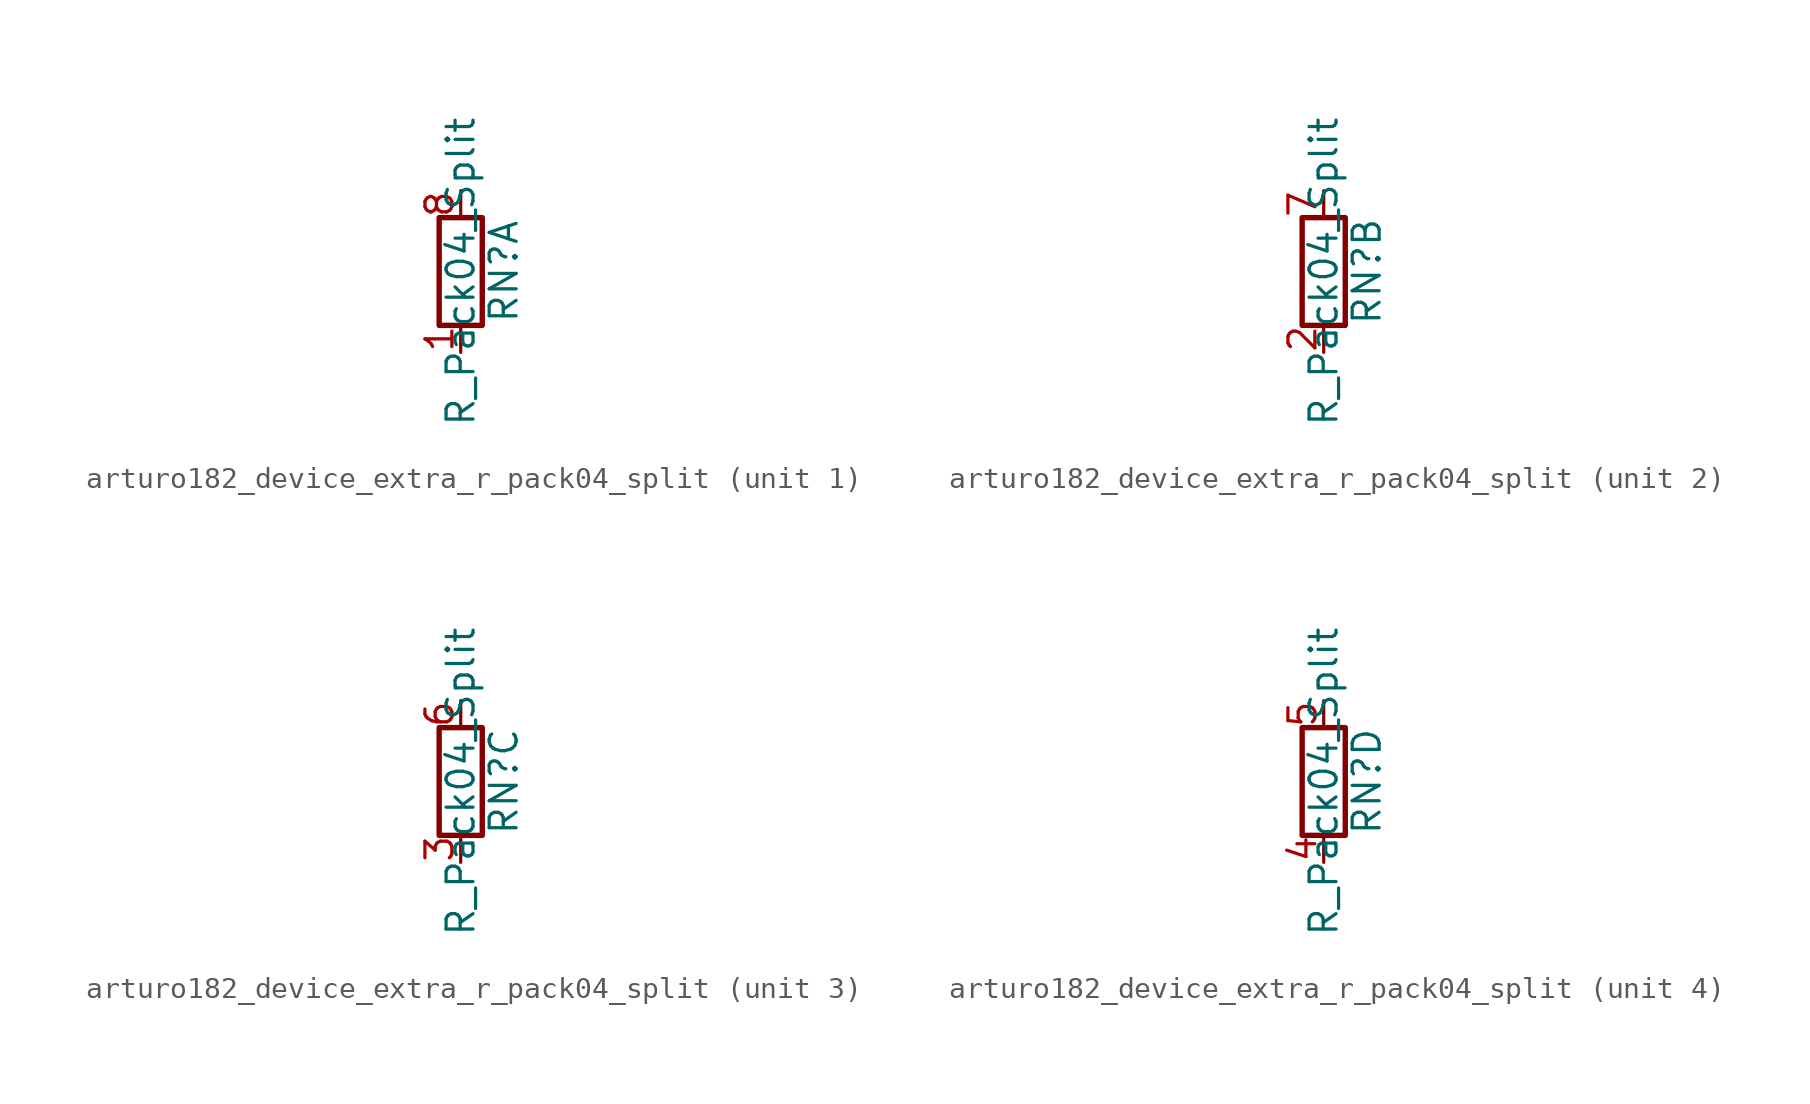
<source format=kicad_sym>
(kicad_symbol_lib
  (version 20220914)
  (generator kicad_symbol_editor)
  (symbol "arturo182_device_extra_r_pack04_split"
    (pin_names
      (offset 0) hide)
    (property "Reference" "RN"
      (at 2.032 0 90)
      (effects (font (size 1.27 1.27))))
    (property "Value" "R_Pack04_Split"
      (at 0 0 90)
      (effects (font (size 1.27 1.27))))
    (symbol "arturo182_device_extra_r_pack04_split_0_1"
      (rectangle (start 1.016 2.54) (end -1.016 -2.54) (stroke (width 0.254) (type default)) (fill (type none))))
    (symbol "arturo182_device_extra_r_pack04_split_1_1"
      (pin passive line (at 0 -3.81 90) (length 1.27) (name "R1.1" (effects (font (size 1.27 1.27)))) (number "1" (effects (font (size 1.27 1.27)))))
      (pin passive line (at 0 3.81 270) (length 1.27) (name "R1.2" (effects (font (size 1.27 1.27)))) (number "8" (effects (font (size 1.27 1.27))))))
    (symbol "arturo182_device_extra_r_pack04_split_2_1"
      (pin passive line (at 0 -3.81 90) (length 1.27) (name "R2.1" (effects (font (size 1.27 1.27)))) (number "2" (effects (font (size 1.27 1.27)))))
      (pin passive line (at 0 3.81 270) (length 1.27) (name "R2.2" (effects (font (size 1.27 1.27)))) (number "7" (effects (font (size 1.27 1.27))))))
    (symbol "arturo182_device_extra_r_pack04_split_3_1"
      (pin passive line (at 0 -3.81 90) (length 1.27) (name "R3.1" (effects (font (size 1.27 1.27)))) (number "3" (effects (font (size 1.27 1.27)))))
      (pin passive line (at 0 3.81 270) (length 1.27) (name "R3.2" (effects (font (size 1.27 1.27)))) (number "6" (effects (font (size 1.27 1.27))))))
    (symbol "arturo182_device_extra_r_pack04_split_4_1"
      (pin passive line (at 0 -3.81 90) (length 1.27) (name "R4.1" (effects (font (size 1.27 1.27)))) (number "4" (effects (font (size 1.27 1.27)))))
      (pin passive line (at 0 3.81 270) (length 1.27) (name "R4.2" (effects (font (size 1.27 1.27)))) (number "5" (effects (font (size 1.27 1.27))))))))
</source>
